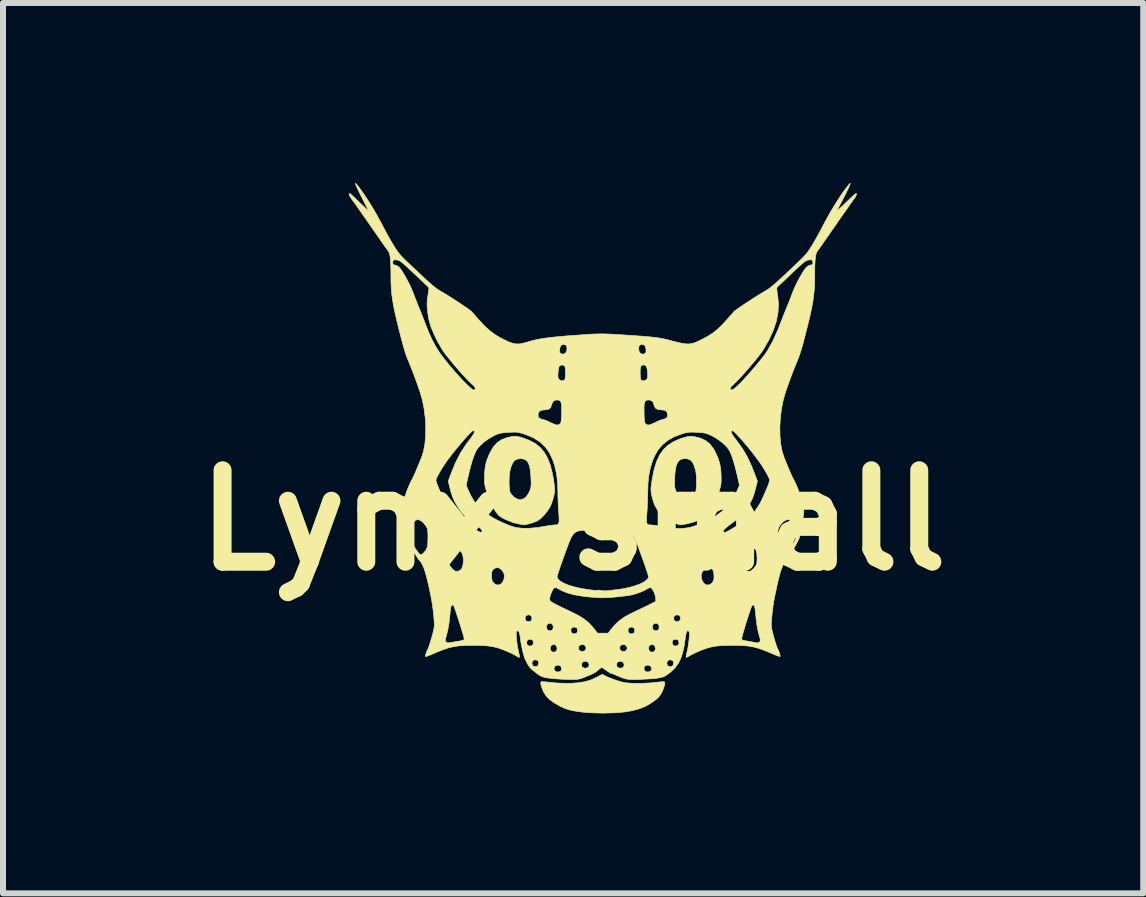
<source format=kicad_pcb>
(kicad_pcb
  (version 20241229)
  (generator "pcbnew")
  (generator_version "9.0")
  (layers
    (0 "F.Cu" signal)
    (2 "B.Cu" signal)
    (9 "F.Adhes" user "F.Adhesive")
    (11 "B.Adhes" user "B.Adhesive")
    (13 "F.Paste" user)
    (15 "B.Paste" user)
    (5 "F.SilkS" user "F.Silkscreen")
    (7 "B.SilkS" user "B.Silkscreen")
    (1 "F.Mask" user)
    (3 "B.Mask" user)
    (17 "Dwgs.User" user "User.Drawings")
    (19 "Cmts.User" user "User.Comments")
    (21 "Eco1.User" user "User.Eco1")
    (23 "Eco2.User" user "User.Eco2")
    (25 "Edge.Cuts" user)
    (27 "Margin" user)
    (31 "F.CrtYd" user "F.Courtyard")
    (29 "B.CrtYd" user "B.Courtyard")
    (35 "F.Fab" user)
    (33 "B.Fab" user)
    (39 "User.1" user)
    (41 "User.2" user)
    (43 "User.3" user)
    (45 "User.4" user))
  (footprint "Lynx small"
    (layer "F.Cu")
    (at 6.502 5.623)
    (property "Reference" "Lynx small" (at 0 0 0) (layer "F.SilkS") (effects (font (size 1.524 1.524) (thickness 0.3))))
    (attr through_hole)
    (fp_poly (pts (xy 0.532 2.591) (xy 0.588 2.617) (xy 0.66 2.645) (xy 0.737 2.672) (xy 0.809 2.693) (xy 0.856 2.704) (xy 0.917 2.711) (xy 0.996 2.716) (xy 1.086 2.717) (xy 1.182 2.715) (xy 1.275 2.71) (xy 1.346 2.704) (xy 1.418 2.696) (xy 1.468 2.691) (xy 1.501 2.689) (xy 1.519 2.691) (xy 1.527 2.697) (xy 1.529 2.708) (xy 1.528 2.724) (xy 1.528 2.724) (xy 1.522 2.755) (xy 1.508 2.799) (xy 1.488 2.847) (xy 1.488 2.847) (xy 1.459 2.903) (xy 1.425 2.947) (xy 1.378 2.989) (xy 1.376 2.991) (xy 1.288 3.053) (xy 1.195 3.104) (xy 1.092 3.144) (xy 0.977 3.174) (xy 0.848 3.195) (xy 0.7 3.207) (xy 0.532 3.212) (xy 0.474 3.212) (xy 0.391 3.21) (xy 0.304 3.207) (xy 0.222 3.202) (xy 0.154 3.196) (xy 0.14 3.194) (xy 0.048 3.181) (xy -0.025 3.168) (xy -0.086 3.152) (xy -0.143 3.132) (xy -0.202 3.104) (xy -0.216 3.098) (xy -0.316 3.041) (xy -0.394 2.984) (xy -0.452 2.923) (xy -0.494 2.856) (xy -0.498 2.847) (xy -0.517 2.799) (xy -0.532 2.755) (xy -0.538 2.724) (xy -0.538 2.724) (xy -0.539 2.709) (xy -0.538 2.698) (xy -0.531 2.692) (xy -0.514 2.689) (xy -0.485 2.69) (xy -0.439 2.694) (xy -0.373 2.701) (xy -0.337 2.705) (xy -0.266 2.711) (xy -0.182 2.714) (xy -0.095 2.716) (xy -0.025 2.715) (xy 0.096 2.706) (xy 0.201 2.688) (xy 0.298 2.659) (xy 0.394 2.615) (xy 0.417 2.603) (xy 0.485 2.566) (xy 0.532 2.591)) (stroke (width 0.01) (type solid)) (fill yes) (layer "F.SilkS"))
    (fp_poly (pts (xy 2.009 -1.397) (xy 2.022 -1.395) (xy 2.125 -1.369) (xy 2.209 -1.329) (xy 2.279 -1.273) (xy 2.338 -1.197) (xy 2.373 -1.133) (xy 2.415 -1.04) (xy 2.443 -0.953) (xy 2.459 -0.864) (xy 2.467 -0.761) (xy 2.467 -0.733) (xy 2.468 -0.675) (xy 2.467 -0.63) (xy 2.462 -0.591) (xy 2.453 -0.55) (xy 2.439 -0.502) (xy 2.417 -0.438) (xy 2.413 -0.425) (xy 2.373 -0.319) (xy 2.332 -0.232) (xy 2.292 -0.165) (xy 2.261 -0.119) (xy 2.234 -0.087) (xy 2.206 -0.063) (xy 2.168 -0.04) (xy 2.121 -0.017) (xy 2.002 0.031) (xy 1.905 0.056) (xy 1.856 0.065) (xy 1.817 0.072) (xy 1.794 0.075) (xy 1.791 0.075) (xy 1.776 0.071) (xy 1.744 0.063) (xy 1.7 0.051) (xy 1.69 0.049) (xy 1.62 0.025) (xy 1.559 -0.009) (xy 1.503 -0.056) (xy 1.445 -0.122) (xy 1.422 -0.153) (xy 1.383 -0.211) (xy 1.355 -0.267) (xy 1.332 -0.334) (xy 1.327 -0.352) (xy 1.312 -0.407) (xy 1.303 -0.452) (xy 1.298 -0.493) (xy 1.298 -0.538) (xy 1.304 -0.59) (xy 1.305 -0.601) (xy 1.69 -0.601) (xy 1.692 -0.565) (xy 1.698 -0.535) (xy 1.708 -0.505) (xy 1.714 -0.49) (xy 1.739 -0.442) (xy 1.769 -0.399) (xy 1.786 -0.381) (xy 1.834 -0.35) (xy 1.883 -0.344) (xy 1.935 -0.361) (xy 1.968 -0.382) (xy 2.003 -0.413) (xy 2.031 -0.449) (xy 2.039 -0.464) (xy 2.049 -0.502) (xy 2.055 -0.558) (xy 2.057 -0.625) (xy 2.056 -0.697) (xy 2.052 -0.765) (xy 2.044 -0.823) (xy 2.039 -0.842) (xy 2.015 -0.919) (xy 1.987 -0.973) (xy 1.953 -1.007) (xy 1.909 -1.025) (xy 1.866 -1.029) (xy 1.814 -1.023) (xy 1.774 -1.004) (xy 1.743 -0.969) (xy 1.72 -0.916) (xy 1.705 -0.844) (xy 1.695 -0.749) (xy 1.693 -0.718) (xy 1.69 -0.65) (xy 1.69 -0.601) (xy 1.305 -0.601) (xy 1.314 -0.658) (xy 1.322 -0.709) (xy 1.353 -0.858) (xy 1.393 -0.984) (xy 1.443 -1.091) (xy 1.505 -1.179) (xy 1.58 -1.251) (xy 1.671 -1.31) (xy 1.779 -1.358) (xy 1.841 -1.378) (xy 1.895 -1.393) (xy 1.934 -1.401) (xy 1.969 -1.402) (xy 2.009 -1.397)) (stroke (width 0.01) (type solid)) (fill yes) (layer "F.SilkS"))
    (fp_poly (pts (xy -0.916 -1.396) (xy -0.867 -1.383) (xy -0.85 -1.378) (xy -0.733 -1.335) (xy -0.633 -1.282) (xy -0.55 -1.217) (xy -0.482 -1.137) (xy -0.426 -1.04) (xy -0.381 -0.924) (xy -0.346 -0.787) (xy -0.332 -0.709) (xy -0.319 -0.629) (xy -0.311 -0.568) (xy -0.307 -0.52) (xy -0.309 -0.477) (xy -0.315 -0.435) (xy -0.327 -0.387) (xy -0.336 -0.352) (xy -0.359 -0.281) (xy -0.385 -0.224) (xy -0.421 -0.167) (xy -0.431 -0.153) (xy -0.489 -0.081) (xy -0.542 -0.029) (xy -0.598 0.009) (xy -0.661 0.036) (xy -0.708 0.05) (xy -0.757 0.062) (xy -0.795 0.071) (xy -0.818 0.075) (xy -0.821 0.075) (xy -0.838 0.072) (xy -0.873 0.066) (xy -0.919 0.057) (xy -0.927 0.055) (xy -0.99 0.039) (xy -1.062 0.013) (xy -1.13 -0.016) (xy -1.13 -0.017) (xy -1.183 -0.043) (xy -1.219 -0.066) (xy -1.247 -0.091) (xy -1.274 -0.124) (xy -1.302 -0.165) (xy -1.345 -0.239) (xy -1.385 -0.327) (xy -1.422 -0.425) (xy -1.445 -0.493) (xy -1.461 -0.543) (xy -1.47 -0.584) (xy -1.476 -0.623) (xy -1.477 -0.655) (xy -1.067 -0.655) (xy -1.066 -0.586) (xy -1.061 -0.524) (xy -1.053 -0.477) (xy -1.049 -0.464) (xy -1.027 -0.431) (xy -0.994 -0.396) (xy -0.977 -0.382) (xy -0.921 -0.351) (xy -0.871 -0.344) (xy -0.823 -0.361) (xy -0.796 -0.381) (xy -0.765 -0.416) (xy -0.736 -0.463) (xy -0.723 -0.49) (xy -0.711 -0.522) (xy -0.704 -0.551) (xy -0.7 -0.584) (xy -0.699 -0.626) (xy -0.701 -0.685) (xy -0.703 -0.718) (xy -0.711 -0.819) (xy -0.724 -0.898) (xy -0.745 -0.956) (xy -0.773 -0.995) (xy -0.811 -1.019) (xy -0.859 -1.028) (xy -0.875 -1.029) (xy -0.928 -1.022) (xy -0.97 -1.002) (xy -1.003 -0.964) (xy -1.03 -0.906) (xy -1.049 -0.842) (xy -1.058 -0.791) (xy -1.064 -0.726) (xy -1.067 -0.655) (xy -1.477 -0.655) (xy -1.477 -0.667) (xy -1.477 -0.722) (xy -1.477 -0.733) (xy -1.471 -0.84) (xy -1.457 -0.932) (xy -1.432 -1.018) (xy -1.394 -1.109) (xy -1.382 -1.133) (xy -1.329 -1.224) (xy -1.267 -1.293) (xy -1.193 -1.344) (xy -1.103 -1.379) (xy -1.031 -1.395) (xy -0.989 -1.401) (xy -0.954 -1.401) (xy -0.916 -1.396)) (stroke (width 0.01) (type solid)) (fill yes) (layer "F.SilkS"))
    (fp_poly (pts (xy 4.616 -5.602) (xy 4.602 -5.567) (xy 4.579 -5.517) (xy 4.549 -5.455) (xy 4.514 -5.386) (xy 4.508 -5.375) (xy 4.392 -5.15) (xy 4.454 -5.207) (xy 4.489 -5.24) (xy 4.536 -5.285) (xy 4.586 -5.333) (xy 4.62 -5.365) (xy 4.665 -5.409) (xy 4.696 -5.436) (xy 4.715 -5.448) (xy 4.723 -5.447) (xy 4.724 -5.439) (xy 4.717 -5.415) (xy 4.698 -5.38) (xy 4.68 -5.355) (xy 4.648 -5.312) (xy 4.617 -5.267) (xy 4.604 -5.249) (xy 4.581 -5.215) (xy 4.549 -5.17) (xy 4.514 -5.121) (xy 4.508 -5.112) (xy 4.468 -5.055) (xy 4.424 -4.992) (xy 4.385 -4.936) (xy 4.385 -4.935) (xy 4.348 -4.882) (xy 4.308 -4.825) (xy 4.274 -4.777) (xy 4.274 -4.775) (xy 4.24 -4.727) (xy 4.201 -4.671) (xy 4.164 -4.617) (xy 4.162 -4.615) (xy 4.13 -4.569) (xy 4.1 -4.527) (xy 4.077 -4.497) (xy 4.074 -4.493) (xy 4.06 -4.468) (xy 4.048 -4.434) (xy 4.04 -4.388) (xy 4.033 -4.326) (xy 4.029 -4.247) (xy 4.027 -4.146) (xy 4.027 -4.064) (xy 4.025 -3.96) (xy 4.021 -3.864) (xy 4.012 -3.769) (xy 4 -3.673) (xy 3.982 -3.57) (xy 3.959 -3.457) (xy 3.929 -3.328) (xy 3.892 -3.181) (xy 3.862 -3.062) (xy 3.836 -2.964) (xy 3.814 -2.884) (xy 3.794 -2.818) (xy 3.776 -2.762) (xy 3.759 -2.715) (xy 3.741 -2.671) (xy 3.74 -2.667) (xy 3.696 -2.56) (xy 3.648 -2.437) (xy 3.599 -2.306) (xy 3.553 -2.174) (xy 3.542 -2.143) (xy 3.503 -2.007) (xy 3.474 -1.861) (xy 3.455 -1.711) (xy 3.446 -1.56) (xy 3.448 -1.414) (xy 3.46 -1.277) (xy 3.483 -1.154) (xy 3.516 -1.049) (xy 3.517 -1.048) (xy 3.539 -0.993) (xy 3.566 -0.928) (xy 3.593 -0.862) (xy 3.6 -0.845) (xy 3.625 -0.788) (xy 3.649 -0.734) (xy 3.67 -0.692) (xy 3.677 -0.679) (xy 3.71 -0.613) (xy 3.743 -0.536) (xy 3.774 -0.452) (xy 3.802 -0.367) (xy 3.824 -0.285) (xy 3.839 -0.213) (xy 3.846 -0.154) (xy 3.845 -0.124) (xy 3.827 -0.008) (xy 3.813 0.086) (xy 3.8 0.161) (xy 3.788 0.219) (xy 3.778 0.264) (xy 3.768 0.298) (xy 3.757 0.324) (xy 3.754 0.331) (xy 3.727 0.381) (xy 3.695 0.439) (xy 3.661 0.499) (xy 3.627 0.556) (xy 3.597 0.605) (xy 3.573 0.641) (xy 3.557 0.66) (xy 3.557 0.66) (xy 3.533 0.687) (xy 3.509 0.724) (xy 3.487 0.772) (xy 3.464 0.833) (xy 3.441 0.911) (xy 3.417 1.006) (xy 3.391 1.122) (xy 3.362 1.26) (xy 3.353 1.302) (xy 3.343 1.361) (xy 3.332 1.435) (xy 3.322 1.515) (xy 3.314 1.588) (xy 3.308 1.66) (xy 3.304 1.713) (xy 3.304 1.755) (xy 3.308 1.79) (xy 3.315 1.828) (xy 3.321 1.855) (xy 3.337 1.916) (xy 3.355 1.98) (xy 3.373 2.041) (xy 3.391 2.094) (xy 3.405 2.133) (xy 3.414 2.151) (xy 3.426 2.175) (xy 3.438 2.207) (xy 3.447 2.24) (xy 3.451 2.264) (xy 3.45 2.269) (xy 3.436 2.267) (xy 3.404 2.257) (xy 3.359 2.239) (xy 3.306 2.216) (xy 3.196 2.17) (xy 3.101 2.136) (xy 3.014 2.112) (xy 2.926 2.096) (xy 2.831 2.087) (xy 2.722 2.083) (xy 2.672 2.083) (xy 2.556 2.084) (xy 2.459 2.088) (xy 2.376 2.097) (xy 2.301 2.111) (xy 2.228 2.131) (xy 2.151 2.159) (xy 2.076 2.19) (xy 2.023 2.214) (xy 1.984 2.233) (xy 1.951 2.251) (xy 1.933 2.262) (xy 1.905 2.278) (xy 1.887 2.283) (xy 1.885 2.283) (xy 1.884 2.268) (xy 1.889 2.236) (xy 1.897 2.202) (xy 1.91 2.145) (xy 1.921 2.081) (xy 1.93 2.016) (xy 1.934 1.975) (xy 2.81 1.975) (xy 2.816 1.99) (xy 2.835 2) (xy 2.872 2.007) (xy 2.885 2.009) (xy 2.934 2.017) (xy 2.98 2.025) (xy 3 2.03) (xy 3.054 2.042) (xy 3.09 2.04) (xy 3.111 2.026) (xy 3.121 1.998) (xy 3.118 1.978) (xy 3.089 1.872) (xy 3.068 1.771) (xy 3.053 1.663) (xy 3.046 1.596) (xy 3.039 1.519) (xy 3.031 1.464) (xy 3.024 1.431) (xy 3.016 1.415) (xy 3.013 1.413) (xy 2.99 1.414) (xy 2.983 1.419) (xy 2.975 1.435) (xy 2.961 1.472) (xy 2.943 1.524) (xy 2.922 1.587) (xy 2.899 1.658) (xy 2.876 1.73) (xy 2.855 1.801) (xy 2.836 1.865) (xy 2.822 1.918) (xy 2.812 1.957) (xy 2.81 1.975) (xy 1.934 1.975) (xy 1.936 1.956) (xy 1.939 1.904) (xy 1.938 1.868) (xy 1.933 1.852) (xy 1.914 1.84) (xy 1.898 1.848) (xy 1.885 1.878) (xy 1.874 1.93) (xy 1.868 1.977) (xy 1.848 2.109) (xy 1.822 2.22) (xy 1.79 2.312) (xy 1.749 2.391) (xy 1.698 2.459) (xy 1.635 2.52) (xy 1.618 2.535) (xy 1.574 2.567) (xy 1.535 2.593) (xy 1.505 2.609) (xy 1.499 2.611) (xy 1.466 2.617) (xy 1.424 2.626) (xy 1.41 2.629) (xy 1.378 2.634) (xy 1.326 2.639) (xy 1.26 2.643) (xy 1.186 2.647) (xy 1.133 2.65) (xy 1.05 2.653) (xy 0.985 2.653) (xy 0.933 2.651) (xy 0.887 2.644) (xy 0.841 2.631) (xy 0.789 2.612) (xy 0.724 2.585) (xy 0.69 2.57) (xy 0.66 2.558) (xy 0.639 2.553) (xy 0.638 2.553) (xy 0.623 2.546) (xy 0.593 2.528) (xy 0.556 2.502) (xy 0.555 2.502) (xy 0.519 2.476) (xy 0.509 2.47) (xy 1.181 2.47) (xy 1.191 2.505) (xy 1.221 2.524) (xy 1.245 2.527) (xy 1.276 2.522) (xy 1.293 2.512) (xy 1.306 2.487) (xy 1.308 2.47) (xy 1.298 2.435) (xy 1.268 2.416) (xy 1.245 2.413) (xy 1.206 2.422) (xy 1.184 2.449) (xy 1.181 2.47) (xy 0.509 2.47) (xy 0.49 2.458) (xy 0.476 2.451) (xy 0.476 2.451) (xy 0.462 2.459) (xy 0.436 2.479) (xy 0.418 2.495) (xy 0.39 2.518) (xy 0.361 2.538) (xy 0.324 2.558) (xy 0.275 2.58) (xy 0.209 2.607) (xy 0.174 2.621) (xy 0.131 2.636) (xy 0.094 2.646) (xy 0.053 2.651) (xy 0.001 2.653) (xy -0.048 2.652) (xy -0.121 2.65) (xy -0.2 2.647) (xy -0.272 2.642) (xy -0.298 2.64) (xy -0.382 2.632) (xy -0.445 2.624) (xy -0.493 2.613) (xy -0.533 2.598) (xy -0.569 2.577) (xy -0.604 2.552) (xy -0.653 2.513) (xy -0.688 2.485) (xy -0.702 2.47) (xy -0.318 2.47) (xy -0.307 2.505) (xy -0.278 2.524) (xy -0.254 2.527) (xy -0.223 2.522) (xy -0.206 2.512) (xy -0.193 2.487) (xy -0.191 2.47) (xy -0.201 2.435) (xy -0.23 2.416) (xy -0.254 2.413) (xy -0.293 2.422) (xy -0.314 2.449) (xy -0.318 2.47) (xy -0.702 2.47) (xy -0.712 2.461) (xy -0.732 2.436) (xy -0.752 2.404) (xy -0.766 2.381) (xy -0.686 2.381) (xy -0.679 2.41) (xy -0.671 2.423) (xy -0.646 2.436) (xy -0.629 2.438) (xy -0.6 2.432) (xy -0.587 2.423) (xy -0.578 2.407) (xy 0.14 2.407) (xy 0.15 2.442) (xy 0.179 2.461) (xy 0.203 2.464) (xy 0.234 2.458) (xy 0.251 2.449) (xy 0.264 2.424) (xy 0.267 2.407) (xy 0.724 2.407) (xy 0.734 2.442) (xy 0.764 2.461) (xy 0.787 2.464) (xy 0.818 2.458) (xy 0.836 2.449) (xy 0.848 2.424) (xy 0.851 2.407) (xy 0.843 2.381) (xy 1.562 2.381) (xy 1.569 2.41) (xy 1.577 2.423) (xy 1.602 2.436) (xy 1.619 2.438) (xy 1.648 2.432) (xy 1.661 2.423) (xy 1.674 2.398) (xy 1.676 2.381) (xy 1.67 2.352) (xy 1.661 2.339) (xy 1.636 2.327) (xy 1.619 2.324) (xy 1.59 2.331) (xy 1.577 2.339) (xy 1.565 2.364) (xy 1.562 2.381) (xy 0.843 2.381) (xy 0.841 2.372) (xy 0.811 2.352) (xy 0.787 2.349) (xy 0.749 2.359) (xy 0.727 2.385) (xy 0.724 2.407) (xy 0.267 2.407) (xy 0.256 2.372) (xy 0.227 2.352) (xy 0.203 2.349) (xy 0.164 2.359) (xy 0.143 2.385) (xy 0.14 2.407) (xy -0.578 2.407) (xy -0.574 2.398) (xy -0.572 2.381) (xy -0.578 2.352) (xy -0.587 2.339) (xy -0.612 2.327) (xy -0.629 2.324) (xy -0.658 2.331) (xy -0.671 2.339) (xy -0.683 2.364) (xy -0.686 2.381) (xy -0.766 2.381) (xy -0.807 2.295) (xy -0.84 2.185) (xy -0.85 2.134) (xy -0.381 2.134) (xy -0.372 2.172) (xy -0.345 2.194) (xy -0.324 2.197) (xy -0.295 2.19) (xy -0.282 2.182) (xy -0.27 2.158) (xy -0.267 2.134) (xy -0.268 2.127) (xy 0.089 2.127) (xy 0.099 2.162) (xy 0.129 2.181) (xy 0.152 2.184) (xy 0.183 2.179) (xy 0.201 2.169) (xy 0.213 2.144) (xy 0.216 2.127) (xy 0.775 2.127) (xy 0.785 2.162) (xy 0.814 2.181) (xy 0.838 2.184) (xy 0.869 2.179) (xy 0.886 2.169) (xy 0.899 2.144) (xy 0.901 2.134) (xy 1.257 2.134) (xy 1.267 2.172) (xy 1.293 2.194) (xy 1.314 2.197) (xy 1.344 2.19) (xy 1.356 2.182) (xy 1.368 2.158) (xy 1.372 2.134) (xy 1.362 2.095) (xy 1.336 2.073) (xy 1.314 2.07) (xy 1.279 2.08) (xy 1.26 2.11) (xy 1.257 2.134) (xy 0.901 2.134) (xy 0.902 2.127) (xy 0.891 2.092) (xy 0.862 2.073) (xy 0.838 2.07) (xy 0.799 2.079) (xy 0.778 2.106) (xy 0.775 2.127) (xy 0.216 2.127) (xy 0.206 2.092) (xy 0.176 2.073) (xy 0.152 2.07) (xy 0.114 2.079) (xy 0.092 2.106) (xy 0.089 2.127) (xy -0.268 2.127) (xy -0.276 2.095) (xy -0.302 2.073) (xy -0.324 2.07) (xy -0.359 2.08) (xy -0.378 2.11) (xy -0.381 2.134) (xy -0.85 2.134) (xy -0.867 2.05) (xy -0.869 2.038) (xy -0.775 2.038) (xy -0.768 2.067) (xy -0.759 2.08) (xy -0.735 2.093) (xy -0.718 2.095) (xy -0.688 2.089) (xy -0.676 2.08) (xy -0.663 2.055) (xy -0.66 2.038) (xy 1.651 2.038) (xy 1.658 2.067) (xy 1.666 2.08) (xy 1.691 2.093) (xy 1.708 2.095) (xy 1.737 2.089) (xy 1.75 2.08) (xy 1.763 2.055) (xy 1.765 2.038) (xy 1.758 2.009) (xy 1.75 1.996) (xy 1.725 1.984) (xy 1.708 1.981) (xy 1.679 1.988) (xy 1.666 1.996) (xy 1.654 2.021) (xy 1.651 2.038) (xy -0.66 2.038) (xy -0.667 2.009) (xy -0.676 1.996) (xy -0.7 1.984) (xy -0.718 1.981) (xy -0.747 1.988) (xy -0.759 1.996) (xy -0.772 2.021) (xy -0.775 2.038) (xy -0.869 2.038) (xy -0.877 1.977) (xy -0.887 1.909) (xy -0.899 1.865) (xy -0.913 1.843) (xy -0.93 1.842) (xy -0.943 1.852) (xy -0.947 1.871) (xy -0.948 1.909) (xy -0.945 1.961) (xy -0.938 2.023) (xy -0.929 2.088) (xy -0.918 2.151) (xy -0.907 2.202) (xy -0.897 2.242) (xy -0.893 2.272) (xy -0.894 2.283) (xy -0.908 2.281) (xy -0.934 2.268) (xy -0.942 2.262) (xy -0.975 2.243) (xy -1.01 2.224) (xy -1.054 2.204) (xy -1.086 2.19) (xy -1.171 2.155) (xy -1.246 2.128) (xy -1.319 2.109) (xy -1.395 2.096) (xy -1.48 2.088) (xy -1.579 2.084) (xy -1.681 2.083) (xy -1.799 2.085) (xy -1.899 2.091) (xy -1.988 2.104) (xy -2.075 2.125) (xy -2.166 2.155) (xy -2.269 2.196) (xy -2.315 2.216) (xy -2.369 2.239) (xy -2.414 2.257) (xy -2.446 2.268) (xy -2.459 2.269) (xy -2.46 2.254) (xy -2.453 2.225) (xy -2.442 2.191) (xy -2.429 2.162) (xy -2.423 2.151) (xy -2.413 2.13) (xy -2.399 2.09) (xy -2.381 2.037) (xy -2.374 2.013) (xy -2.128 2.013) (xy -2.109 2.036) (xy -2.075 2.042) (xy -2.071 2.041) (xy -2.042 2.036) (xy -1.998 2.029) (xy -1.947 2.02) (xy -1.943 2.019) (xy -1.886 2.01) (xy -1.849 2.002) (xy -1.828 1.996) (xy -1.819 1.989) (xy -1.816 1.979) (xy -1.816 1.972) (xy -1.82 1.952) (xy -1.83 1.914) (xy -1.846 1.86) (xy -1.865 1.796) (xy -1.871 1.778) (xy -0.445 1.778) (xy -0.435 1.817) (xy -0.409 1.838) (xy -0.387 1.841) (xy -0.36 1.835) (xy -0.038 1.835) (xy -0.031 1.864) (xy -0.023 1.877) (xy 0.002 1.89) (xy 0.019 1.892) (xy 0.048 1.885) (xy 0.061 1.877) (xy 0.074 1.852) (xy 0.076 1.835) (xy 0.069 1.806) (xy 0.061 1.793) (xy 0.036 1.781) (xy 0.019 1.778) (xy -0.01 1.785) (xy -0.023 1.793) (xy -0.036 1.818) (xy -0.038 1.835) (xy -0.36 1.835) (xy -0.358 1.835) (xy -0.345 1.826) (xy -0.334 1.803) (xy -0.33 1.778) (xy -0.34 1.739) (xy -0.366 1.718) (xy -0.387 1.714) (xy -0.422 1.725) (xy -0.442 1.754) (xy -0.445 1.778) (xy -1.871 1.778) (xy -1.887 1.726) (xy -1.91 1.653) (xy -1.917 1.632) (xy -0.8 1.632) (xy -0.793 1.661) (xy -0.785 1.674) (xy -0.76 1.687) (xy -0.743 1.689) (xy -0.714 1.682) (xy -0.701 1.674) (xy -0.688 1.649) (xy -0.686 1.632) (xy -0.693 1.603) (xy -0.701 1.59) (xy -0.726 1.577) (xy -0.743 1.575) (xy -0.772 1.582) (xy -0.785 1.59) (xy -0.798 1.615) (xy -0.8 1.632) (xy -1.917 1.632) (xy -1.933 1.584) (xy -1.954 1.521) (xy -1.972 1.47) (xy -1.985 1.434) (xy -1.993 1.419) (xy -1.993 1.419) (xy -2.014 1.411) (xy -2.023 1.413) (xy -2.031 1.424) (xy -2.039 1.453) (xy -2.046 1.501) (xy -2.053 1.572) (xy -2.056 1.596) (xy -2.068 1.713) (xy -2.086 1.816) (xy -2.111 1.918) (xy -2.128 1.978) (xy -2.128 2.013) (xy -2.374 2.013) (xy -2.363 1.975) (xy -2.345 1.911) (xy -2.33 1.855) (xy -2.321 1.813) (xy -2.315 1.777) (xy -2.313 1.74) (xy -2.315 1.695) (xy -2.319 1.636) (xy -2.323 1.588) (xy -2.331 1.511) (xy -2.342 1.431) (xy -2.353 1.357) (xy -2.361 1.311) (xy -0.392 1.311) (xy -0.391 1.319) (xy -0.388 1.33) (xy -0.381 1.342) (xy -0.366 1.355) (xy -0.343 1.371) (xy -0.308 1.391) (xy -0.258 1.416) (xy -0.193 1.448) (xy -0.109 1.488) (xy -0.009 1.536) (xy 0.097 1.59) (xy 0.184 1.645) (xy 0.258 1.705) (xy 0.325 1.776) (xy 0.355 1.813) (xy 0.407 1.88) (xy 0.584 1.88) (xy 0.618 1.835) (xy 0.914 1.835) (xy 0.921 1.864) (xy 0.93 1.877) (xy 0.954 1.89) (xy 0.972 1.892) (xy 1.001 1.885) (xy 1.013 1.877) (xy 1.026 1.852) (xy 1.029 1.835) (xy 1.022 1.806) (xy 1.013 1.793) (xy 0.989 1.781) (xy 0.972 1.778) (xy 1.321 1.778) (xy 1.33 1.817) (xy 1.356 1.838) (xy 1.378 1.841) (xy 1.407 1.835) (xy 1.42 1.826) (xy 1.432 1.803) (xy 1.435 1.778) (xy 1.426 1.739) (xy 1.399 1.718) (xy 1.378 1.714) (xy 1.343 1.725) (xy 1.324 1.754) (xy 1.321 1.778) (xy 0.972 1.778) (xy 0.942 1.785) (xy 0.93 1.793) (xy 0.917 1.818) (xy 0.914 1.835) (xy 0.618 1.835) (xy 0.636 1.813) (xy 0.702 1.736) (xy 0.772 1.671) (xy 0.827 1.632) (xy 1.676 1.632) (xy 1.683 1.661) (xy 1.692 1.674) (xy 1.716 1.687) (xy 1.734 1.689) (xy 1.763 1.682) (xy 1.775 1.674) (xy 1.788 1.649) (xy 1.791 1.632) (xy 1.784 1.603) (xy 1.775 1.59) (xy 1.751 1.577) (xy 1.734 1.575) (xy 1.704 1.582) (xy 1.692 1.59) (xy 1.679 1.615) (xy 1.676 1.632) (xy 0.827 1.632) (xy 0.852 1.614) (xy 0.948 1.561) (xy 0.999 1.536) (xy 1.07 1.502) (xy 1.145 1.466) (xy 1.214 1.433) (xy 1.269 1.406) (xy 1.27 1.405) (xy 1.378 1.351) (xy 1.377 1.301) (xy 1.371 1.26) (xy 1.356 1.214) (xy 1.336 1.171) (xy 1.314 1.137) (xy 1.294 1.12) (xy 1.292 1.12) (xy 1.268 1.124) (xy 1.236 1.14) (xy 1.231 1.143) (xy 1.189 1.168) (xy 1.13 1.194) (xy 1.064 1.218) (xy 1 1.237) (xy 0.961 1.246) (xy 0.866 1.26) (xy 0.763 1.272) (xy 0.661 1.282) (xy 0.565 1.288) (xy 0.482 1.291) (xy 0.43 1.289) (xy 0.267 1.277) (xy 0.127 1.26) (xy 0.007 1.238) (xy -0.095 1.21) (xy -0.182 1.175) (xy -0.257 1.134) (xy -0.257 1.134) (xy -0.287 1.12) (xy -0.31 1.123) (xy -0.314 1.125) (xy -0.333 1.147) (xy -0.353 1.184) (xy -0.372 1.23) (xy -0.386 1.275) (xy -0.392 1.311) (xy -2.361 1.311) (xy -2.362 1.302) (xy -2.392 1.157) (xy -2.419 1.036) (xy -2.444 0.935) (xy -2.448 0.922) (xy -1.359 0.922) (xy -1.357 0.97) (xy -1.35 1.003) (xy -1.335 1.03) (xy -1.326 1.04) (xy -1.29 1.071) (xy -1.25 1.078) (xy -1.206 1.063) (xy -1.178 1.036) (xy -1.156 0.992) (xy -1.145 0.941) (xy -0.267 0.941) (xy -0.254 0.975) (xy -0.219 1.009) (xy -0.163 1.043) (xy -0.089 1.075) (xy 0.002 1.104) (xy 0.005 1.104) (xy 0.068 1.12) (xy 0.138 1.135) (xy 0.208 1.147) (xy 0.275 1.157) (xy 0.333 1.164) (xy 0.376 1.167) (xy 0.398 1.165) (xy 0.419 1.163) (xy 0.454 1.167) (xy 0.464 1.169) (xy 0.51 1.174) (xy 0.555 1.174) (xy 0.559 1.174) (xy 0.591 1.17) (xy 0.64 1.165) (xy 0.698 1.158) (xy 0.726 1.155) (xy 0.833 1.14) (xy 0.935 1.118) (xy 1.027 1.092) (xy 1.108 1.063) (xy 1.174 1.031) (xy 1.223 0.997) (xy 1.251 0.964) (xy 1.257 0.941) (xy 1.253 0.921) (xy 1.253 0.92) (xy 2.134 0.92) (xy 2.143 0.981) (xy 2.165 1.03) (xy 2.196 1.063) (xy 2.233 1.078) (xy 2.273 1.073) (xy 2.311 1.047) (xy 2.317 1.04) (xy 2.336 1.013) (xy 2.346 0.983) (xy 2.349 0.941) (xy 2.349 0.924) (xy 2.343 0.859) (xy 2.323 0.816) (xy 2.288 0.793) (xy 2.253 0.787) (xy 2.214 0.799) (xy 2.177 0.828) (xy 2.149 0.867) (xy 2.135 0.911) (xy 2.134 0.92) (xy 1.253 0.92) (xy 1.241 0.88) (xy 1.222 0.823) (xy 1.198 0.751) (xy 1.169 0.67) (xy 1.164 0.656) (xy 2.819 0.656) (xy 2.822 0.715) (xy 2.832 0.769) (xy 2.85 0.811) (xy 2.873 0.835) (xy 2.919 0.85) (xy 2.958 0.845) (xy 2.995 0.818) (xy 3.018 0.793) (xy 3.041 0.763) (xy 3.055 0.738) (xy 3.063 0.711) (xy 3.065 0.673) (xy 3.066 0.63) (xy 3.063 0.558) (xy 3.052 0.506) (xy 3.03 0.473) (xy 2.998 0.454) (xy 2.99 0.452) (xy 2.952 0.454) (xy 2.909 0.474) (xy 2.87 0.507) (xy 2.841 0.549) (xy 2.84 0.55) (xy 2.825 0.599) (xy 2.819 0.656) (xy 1.164 0.656) (xy 1.137 0.582) (xy 1.134 0.573) (xy 1.095 0.466) (xy 1.063 0.38) (xy 1.035 0.313) (xy 1.018 0.279) (xy 3.41 0.279) (xy 3.411 0.354) (xy 3.415 0.409) (xy 3.422 0.449) (xy 3.435 0.482) (xy 3.455 0.511) (xy 3.469 0.527) (xy 3.496 0.555) (xy 3.519 0.567) (xy 3.542 0.564) (xy 3.567 0.544) (xy 3.597 0.504) (xy 3.635 0.444) (xy 3.641 0.433) (xy 3.676 0.376) (xy 3.698 0.334) (xy 3.712 0.302) (xy 3.719 0.274) (xy 3.721 0.244) (xy 3.721 0.23) (xy 3.714 0.163) (xy 3.695 0.101) (xy 3.667 0.048) (xy 3.632 0.009) (xy 3.595 -0.011) (xy 3.58 -0.013) (xy 3.54 -0.001) (xy 3.497 0.029) (xy 3.455 0.075) (xy 3.439 0.099) (xy 3.426 0.124) (xy 3.417 0.149) (xy 3.412 0.183) (xy 3.41 0.231) (xy 3.41 0.279) (xy 1.018 0.279) (xy 1.009 0.262) (xy 0.983 0.225) (xy 0.954 0.199) (xy 0.919 0.183) (xy 0.889 0.176) (xy 2.503 0.176) (xy 2.506 0.19) (xy 2.51 0.195) (xy 2.519 0.2) (xy 2.531 0.201) (xy 2.551 0.194) (xy 2.58 0.18) (xy 2.623 0.156) (xy 2.683 0.12) (xy 2.728 0.093) (xy 2.827 0.03) (xy 2.908 -0.03) (xy 2.975 -0.091) (xy 3.032 -0.157) (xy 3.085 -0.234) (xy 3.109 -0.273) (xy 3.13 -0.311) (xy 3.155 -0.363) (xy 3.182 -0.423) (xy 3.209 -0.486) (xy 3.235 -0.546) (xy 3.256 -0.6) (xy 3.27 -0.642) (xy 3.277 -0.666) (xy 3.277 -0.667) (xy 3.27 -0.694) (xy 3.25 -0.737) (xy 3.22 -0.793) (xy 3.183 -0.855) (xy 3.141 -0.922) (xy 3.096 -0.987) (xy 3.084 -1.003) (xy 3.032 -1.073) (xy 2.976 -1.145) (xy 2.917 -1.217) (xy 2.859 -1.286) (xy 2.804 -1.35) (xy 2.754 -1.405) (xy 2.712 -1.45) (xy 2.679 -1.481) (xy 2.659 -1.495) (xy 2.656 -1.496) (xy 2.639 -1.488) (xy 2.635 -1.472) (xy 2.645 -1.445) (xy 2.67 -1.405) (xy 2.711 -1.35) (xy 2.729 -1.326) (xy 2.823 -1.196) (xy 2.905 -1.055) (xy 2.978 -0.898) (xy 3.014 -0.806) (xy 3.072 -0.653) (xy 3.036 -0.512) (xy 3.013 -0.43) (xy 2.988 -0.363) (xy 2.956 -0.298) (xy 2.934 -0.259) (xy 2.894 -0.194) (xy 2.856 -0.141) (xy 2.816 -0.095) (xy 2.769 -0.05) (xy 2.711 -0.002) (xy 2.638 0.053) (xy 2.578 0.099) (xy 2.537 0.133) (xy 2.513 0.157) (xy 2.503 0.176) (xy 0.889 0.176) (xy 0.876 0.173) (xy 0.823 0.167) (xy 0.756 0.163) (xy 0.703 0.16) (xy 0.567 0.155) (xy 0.423 0.155) (xy 0.288 0.16) (xy 0.211 0.164) (xy 0.149 0.168) (xy 0.099 0.175) (xy 0.059 0.187) (xy 0.027 0.206) (xy -0.001 0.235) (xy -0.027 0.277) (xy -0.053 0.333) (xy -0.082 0.406) (xy -0.116 0.498) (xy -0.143 0.573) (xy -0.176 0.662) (xy -0.205 0.744) (xy -0.229 0.816) (xy -0.249 0.875) (xy -0.262 0.918) (xy -0.267 0.94) (xy -0.267 0.941) (xy -1.145 0.941) (xy -1.145 0.938) (xy -1.144 0.92) (xy -1.155 0.877) (xy -1.182 0.835) (xy -1.223 0.798) (xy -1.267 0.787) (xy -1.309 0.799) (xy -1.33 0.815) (xy -1.346 0.835) (xy -1.355 0.861) (xy -1.359 0.9) (xy -1.359 0.922) (xy -2.448 0.922) (xy -2.468 0.853) (xy -2.49 0.787) (xy -2.513 0.736) (xy -2.536 0.696) (xy -2.56 0.667) (xy -2.567 0.66) (xy -2.582 0.642) (xy -2.6 0.614) (xy -2.076 0.614) (xy -2.076 0.63) (xy -2.074 0.683) (xy -2.071 0.718) (xy -2.062 0.744) (xy -2.046 0.769) (xy -2.027 0.793) (xy -1.989 0.832) (xy -1.954 0.849) (xy -1.916 0.847) (xy -1.887 0.836) (xy -1.861 0.812) (xy -1.842 0.769) (xy -1.831 0.715) (xy -1.828 0.656) (xy -1.835 0.597) (xy -1.85 0.55) (xy -1.879 0.508) (xy -1.918 0.475) (xy -1.96 0.454) (xy -1.999 0.452) (xy -1.999 0.452) (xy -2.034 0.468) (xy -2.058 0.498) (xy -2.071 0.546) (xy -2.076 0.614) (xy -2.6 0.614) (xy -2.606 0.605) (xy -2.636 0.556) (xy -2.67 0.5) (xy -2.704 0.44) (xy -2.736 0.382) (xy -2.763 0.331) (xy -2.763 0.331) (xy -2.774 0.306) (xy -2.784 0.274) (xy -2.795 0.232) (xy -2.796 0.229) (xy -2.73 0.229) (xy -2.728 0.272) (xy -2.719 0.309) (xy -2.7 0.35) (xy -2.682 0.381) (xy -2.637 0.456) (xy -2.602 0.511) (xy -2.575 0.547) (xy -2.553 0.567) (xy -2.533 0.571) (xy -2.513 0.562) (xy -2.49 0.541) (xy -2.478 0.527) (xy -2.454 0.497) (xy -2.438 0.467) (xy -2.427 0.431) (xy -2.422 0.385) (xy -2.42 0.321) (xy -2.419 0.279) (xy -2.42 0.217) (xy -2.423 0.173) (xy -2.428 0.142) (xy -2.438 0.117) (xy -2.449 0.099) (xy -2.488 0.047) (xy -2.531 0.01) (xy -2.573 -0.011) (xy -2.59 -0.013) (xy -2.628 -0.001) (xy -2.664 0.032) (xy -2.694 0.08) (xy -2.717 0.139) (xy -2.729 0.204) (xy -2.73 0.229) (xy -2.796 0.229) (xy -2.806 0.178) (xy -2.818 0.109) (xy -2.832 0.02) (xy -2.849 -0.09) (xy -2.854 -0.124) (xy -2.854 -0.17) (xy -2.845 -0.233) (xy -2.827 -0.309) (xy -2.803 -0.392) (xy -2.775 -0.478) (xy -2.743 -0.56) (xy -2.71 -0.634) (xy -2.693 -0.667) (xy -2.286 -0.667) (xy -2.281 -0.645) (xy -2.267 -0.605) (xy -2.246 -0.552) (xy -2.221 -0.492) (xy -2.194 -0.429) (xy -2.167 -0.369) (xy -2.141 -0.316) (xy -2.12 -0.276) (xy -2.118 -0.273) (xy -2.066 -0.19) (xy -2.011 -0.12) (xy -1.949 -0.057) (xy -1.876 0.002) (xy -1.785 0.064) (xy -1.737 0.093) (xy -1.676 0.13) (xy -1.621 0.161) (xy -1.577 0.184) (xy -1.547 0.198) (xy -1.537 0.2) (xy -1.518 0.186) (xy -1.514 0.176) (xy -1.523 0.158) (xy -1.553 0.128) (xy -1.605 0.086) (xy -1.647 0.054) (xy -1.722 -0.003) (xy -1.78 -0.052) (xy -1.827 -0.096) (xy -1.867 -0.143) (xy -1.904 -0.196) (xy -1.943 -0.259) (xy -1.981 -0.327) (xy -2.009 -0.392) (xy -2.033 -0.464) (xy -2.046 -0.512) (xy -2.064 -0.584) (xy -1.782 -0.584) (xy -1.749 -0.507) (xy -1.698 -0.4) (xy -1.644 -0.311) (xy -1.581 -0.234) (xy -1.505 -0.162) (xy -1.411 -0.09) (xy -1.391 -0.077) (xy -1.332 -0.04) (xy -1.258 -0.001) (xy -1.177 0.037) (xy -1.096 0.072) (xy -1.021 0.1) (xy -0.959 0.118) (xy -0.952 0.119) (xy -0.851 0.132) (xy -0.733 0.132) (xy -0.6 0.12) (xy -0.48 0.101) (xy -0.42 0.09) (xy -0.364 0.082) (xy -0.32 0.077) (xy -0.303 0.076) (xy -0.274 0.075) (xy -0.254 0.068) (xy -0.241 0.052) (xy -0.234 0.024) (xy -0.233 -0.002) (xy 1.223 -0.002) (xy 1.226 0.036) (xy 1.235 0.059) (xy 1.25 0.071) (xy 1.274 0.076) (xy 1.294 0.076) (xy 1.326 0.079) (xy 1.375 0.085) (xy 1.433 0.094) (xy 1.473 0.101) (xy 1.579 0.119) (xy 1.666 0.131) (xy 1.74 0.137) (xy 1.807 0.136) (xy 1.874 0.129) (xy 1.932 0.12) (xy 2.002 0.102) (xy 2.085 0.072) (xy 2.173 0.035) (xy 2.261 -0.006) (xy 2.339 -0.049) (xy 2.382 -0.077) (xy 2.48 -0.149) (xy 2.559 -0.221) (xy 2.624 -0.296) (xy 2.679 -0.383) (xy 2.73 -0.486) (xy 2.739 -0.507) (xy 2.773 -0.584) (xy 2.738 -0.74) (xy 2.707 -0.868) (xy 2.675 -0.981) (xy 2.643 -1.077) (xy 2.612 -1.151) (xy 2.609 -1.157) (xy 2.572 -1.211) (xy 2.517 -1.269) (xy 2.448 -1.326) (xy 2.37 -1.378) (xy 2.318 -1.407) (xy 2.271 -1.429) (xy 2.234 -1.444) (xy 2.197 -1.454) (xy 2.154 -1.46) (xy 2.095 -1.465) (xy 2.07 -1.466) (xy 2.004 -1.47) (xy 1.955 -1.47) (xy 1.915 -1.467) (xy 1.875 -1.459) (xy 1.828 -1.446) (xy 1.818 -1.443) (xy 1.685 -1.393) (xy 1.573 -1.33) (xy 1.48 -1.252) (xy 1.405 -1.158) (xy 1.345 -1.047) (xy 1.328 -1.003) (xy 1.288 -0.878) (xy 1.262 -0.748) (xy 1.248 -0.608) (xy 1.245 -0.483) (xy 1.243 -0.399) (xy 1.24 -0.303) (xy 1.236 -0.207) (xy 1.231 -0.137) (xy 1.225 -0.059) (xy 1.223 -0.002) (xy -0.233 -0.002) (xy -0.233 -0.02) (xy -0.236 -0.083) (xy -0.24 -0.137) (xy -0.246 -0.222) (xy -0.25 -0.319) (xy -0.253 -0.414) (xy -0.254 -0.483) (xy -0.259 -0.637) (xy -0.276 -0.775) (xy -0.305 -0.903) (xy -0.337 -1.003) (xy -0.392 -1.121) (xy -0.461 -1.221) (xy -0.548 -1.304) (xy -0.653 -1.372) (xy -0.778 -1.426) (xy -0.828 -1.443) (xy -0.877 -1.457) (xy -0.917 -1.466) (xy -0.956 -1.47) (xy -1.003 -1.47) (xy -1.066 -1.467) (xy -1.079 -1.466) (xy -1.145 -1.462) (xy -1.193 -1.456) (xy -1.231 -1.448) (xy -1.267 -1.435) (xy -1.309 -1.416) (xy -1.327 -1.407) (xy -1.407 -1.361) (xy -1.482 -1.307) (xy -1.547 -1.249) (xy -1.597 -1.192) (xy -1.618 -1.157) (xy -1.649 -1.085) (xy -1.682 -0.991) (xy -1.714 -0.879) (xy -1.745 -0.753) (xy -1.748 -0.74) (xy -1.782 -0.584) (xy -2.064 -0.584) (xy -2.081 -0.653) (xy -2.024 -0.806) (xy -1.954 -0.973) (xy -1.877 -1.122) (xy -1.79 -1.257) (xy -1.739 -1.326) (xy -1.692 -1.388) (xy -1.662 -1.433) (xy -1.646 -1.464) (xy -1.646 -1.484) (xy -1.658 -1.494) (xy -1.665 -1.496) (xy -1.68 -1.488) (xy -1.709 -1.462) (xy -1.748 -1.422) (xy -1.796 -1.37) (xy -1.849 -1.309) (xy -1.906 -1.241) (xy -1.965 -1.17) (xy -2.022 -1.098) (xy -2.076 -1.027) (xy -2.094 -1.003) (xy -2.139 -0.939) (xy -2.182 -0.872) (xy -2.221 -0.808) (xy -2.253 -0.75) (xy -2.275 -0.704) (xy -2.286 -0.672) (xy -2.286 -0.667) (xy -2.693 -0.667) (xy -2.686 -0.679) (xy -2.668 -0.714) (xy -2.645 -0.764) (xy -2.62 -0.821) (xy -2.61 -0.845) (xy -2.584 -0.908) (xy -2.556 -0.975) (xy -2.532 -1.034) (xy -2.526 -1.048) (xy -2.493 -1.152) (xy -2.47 -1.276) (xy -2.458 -1.412) (xy -2.456 -1.558) (xy -2.464 -1.709) (xy -2.471 -1.759) (xy -0.584 -1.759) (xy -0.579 -1.723) (xy -0.56 -1.701) (xy -0.523 -1.686) (xy -0.508 -1.683) (xy -0.467 -1.671) (xy -0.432 -1.657) (xy -0.432 -1.657) (xy -0.379 -1.631) (xy -0.329 -1.609) (xy -0.289 -1.594) (xy -0.266 -1.588) (xy -0.24 -1.595) (xy -0.222 -1.606) (xy -0.211 -1.616) (xy -0.204 -1.631) (xy -0.199 -1.657) (xy -0.196 -1.697) (xy -0.193 -1.756) (xy -0.192 -1.79) (xy -0.191 -1.87) (xy -0.192 -1.883) (xy 1.182 -1.883) (xy 1.183 -1.808) (xy 1.183 -1.79) (xy 1.185 -1.721) (xy 1.188 -1.673) (xy 1.192 -1.641) (xy 1.198 -1.622) (xy 1.207 -1.61) (xy 1.212 -1.606) (xy 1.235 -1.592) (xy 1.258 -1.589) (xy 1.289 -1.597) (xy 1.33 -1.614) (xy 1.372 -1.633) (xy 1.41 -1.651) (xy 1.422 -1.657) (xy 1.458 -1.671) (xy 1.498 -1.683) (xy 1.499 -1.683) (xy 1.543 -1.696) (xy 1.566 -1.716) (xy 1.575 -1.747) (xy 1.575 -1.756) (xy 1.565 -1.801) (xy 1.537 -1.83) (xy 1.49 -1.841) (xy 1.478 -1.841) (xy 1.418 -1.847) (xy 1.379 -1.865) (xy 1.356 -1.897) (xy 1.351 -1.916) (xy 1.334 -1.968) (xy 1.305 -1.997) (xy 1.264 -2.007) (xy 1.232 -2.004) (xy 1.209 -1.994) (xy 1.194 -1.972) (xy 1.186 -1.937) (xy 1.182 -1.883) (xy -0.192 -1.883) (xy -0.194 -1.927) (xy -0.201 -1.966) (xy -0.215 -1.99) (xy -0.236 -2.003) (xy -0.266 -2.007) (xy -0.273 -2.007) (xy -0.315 -1.997) (xy -0.344 -1.966) (xy -0.361 -1.916) (xy -0.376 -1.877) (xy -0.408 -1.853) (xy -0.459 -1.842) (xy -0.485 -1.841) (xy -0.537 -1.833) (xy -0.57 -1.808) (xy -0.584 -1.768) (xy -0.584 -1.759) (xy -2.471 -1.759) (xy -2.483 -1.859) (xy -2.512 -2.005) (xy -2.551 -2.141) (xy -2.552 -2.143) (xy -2.597 -2.274) (xy -2.646 -2.406) (xy -2.694 -2.532) (xy -2.739 -2.643) (xy -2.749 -2.667) (xy -2.767 -2.711) (xy -2.784 -2.758) (xy -2.802 -2.812) (xy -2.821 -2.877) (xy -2.843 -2.956) (xy -2.869 -3.053) (xy -2.899 -3.17) (xy -2.902 -3.181) (xy -2.939 -3.33) (xy -2.968 -3.458) (xy -2.992 -3.572) (xy -3.009 -3.674) (xy -3.022 -3.771) (xy -3.03 -3.865) (xy -3.035 -3.962) (xy -3.036 -4.064) (xy -3.037 -4.18) (xy -3.04 -4.274) (xy -3.04 -4.278) (xy -3.007 -4.278) (xy -2.991 -4.259) (xy -2.966 -4.255) (xy -2.938 -4.246) (xy -2.906 -4.225) (xy -2.9 -4.22) (xy -2.873 -4.187) (xy -2.839 -4.137) (xy -2.801 -4.073) (xy -2.761 -4) (xy -2.723 -3.925) (xy -2.69 -3.852) (xy -2.663 -3.787) (xy -2.663 -3.784) (xy -2.637 -3.717) (xy -2.607 -3.639) (xy -2.577 -3.564) (xy -2.566 -3.537) (xy -2.538 -3.47) (xy -2.507 -3.391) (xy -2.476 -3.311) (xy -2.457 -3.261) (xy -2.405 -3.131) (xy -2.353 -3.015) (xy -2.297 -2.909) (xy -2.233 -2.807) (xy -2.158 -2.704) (xy -2.069 -2.593) (xy -2.01 -2.523) (xy -1.93 -2.432) (xy -1.857 -2.352) (xy -1.792 -2.285) (xy -1.737 -2.232) (xy -1.695 -2.194) (xy -1.665 -2.175) (xy -1.655 -2.172) (xy -1.636 -2.182) (xy -1.629 -2.193) (xy -1.63 -2.195) (xy 2.619 -2.195) (xy 2.62 -2.193) (xy 2.631 -2.176) (xy 2.649 -2.175) (xy 2.676 -2.189) (xy 2.716 -2.22) (xy 2.745 -2.246) (xy 2.79 -2.29) (xy 2.845 -2.348) (xy 2.907 -2.417) (xy 2.973 -2.492) (xy 3.039 -2.569) (xy 3.101 -2.644) (xy 3.156 -2.712) (xy 3.201 -2.771) (xy 3.231 -2.816) (xy 3.232 -2.816) (xy 3.329 -2.988) (xy 3.414 -3.177) (xy 3.447 -3.261) (xy 3.476 -3.335) (xy 3.507 -3.416) (xy 3.538 -3.493) (xy 3.556 -3.537) (xy 3.585 -3.607) (xy 3.616 -3.685) (xy 3.644 -3.759) (xy 3.653 -3.784) (xy 3.679 -3.85) (xy 3.713 -3.923) (xy 3.75 -3.998) (xy 3.79 -4.07) (xy 3.828 -4.134) (xy 3.862 -4.186) (xy 3.889 -4.219) (xy 3.89 -4.22) (xy 3.921 -4.242) (xy 3.952 -4.254) (xy 3.957 -4.255) (xy 3.987 -4.262) (xy 3.998 -4.285) (xy 3.995 -4.314) (xy 3.987 -4.334) (xy 3.974 -4.342) (xy 3.946 -4.342) (xy 3.93 -4.34) (xy 3.912 -4.337) (xy 3.893 -4.331) (xy 3.873 -4.32) (xy 3.847 -4.302) (xy 3.814 -4.274) (xy 3.77 -4.235) (xy 3.713 -4.182) (xy 3.648 -4.121) (xy 3.585 -4.061) (xy 3.527 -4.006) (xy 3.477 -3.959) (xy 3.438 -3.922) (xy 3.413 -3.899) (xy 3.405 -3.892) (xy 3.398 -3.881) (xy 3.395 -3.862) (xy 3.397 -3.831) (xy 3.404 -3.783) (xy 3.409 -3.751) (xy 3.423 -3.609) (xy 3.416 -3.465) (xy 3.387 -3.318) (xy 3.336 -3.165) (xy 3.262 -3.005) (xy 3.168 -2.841) (xy 3.137 -2.796) (xy 3.092 -2.737) (xy 3.037 -2.668) (xy 2.975 -2.594) (xy 2.91 -2.517) (xy 2.845 -2.444) (xy 2.784 -2.377) (xy 2.73 -2.321) (xy 2.688 -2.281) (xy 2.688 -2.28) (xy 2.646 -2.241) (xy 2.624 -2.213) (xy 2.619 -2.195) (xy -1.63 -2.195) (xy -1.632 -2.211) (xy -1.652 -2.237) (xy -1.691 -2.275) (xy -1.697 -2.28) (xy -1.739 -2.32) (xy -1.792 -2.376) (xy -1.826 -2.413) (xy -0.253 -2.413) (xy -0.251 -2.381) (xy -0.243 -2.36) (xy -0.235 -2.349) (xy -0.203 -2.328) (xy -0.168 -2.326) (xy -0.142 -2.339) (xy -0.134 -2.36) (xy -0.129 -2.398) (xy -0.127 -2.446) (xy -0.127 -2.457) (xy 1.118 -2.457) (xy 1.12 -2.4) (xy 1.125 -2.359) (xy 1.133 -2.339) (xy 1.163 -2.325) (xy 1.198 -2.33) (xy 1.225 -2.349) (xy 1.237 -2.368) (xy 1.243 -2.392) (xy 1.244 -2.431) (xy 1.242 -2.463) (xy 1.234 -2.525) (xy 1.222 -2.564) (xy 1.202 -2.585) (xy 1.176 -2.591) (xy 1.149 -2.587) (xy 1.132 -2.571) (xy 1.122 -2.54) (xy 1.118 -2.49) (xy 1.118 -2.457) (xy -0.127 -2.457) (xy -0.128 -2.496) (xy -0.132 -2.539) (xy -0.138 -2.569) (xy -0.142 -2.576) (xy -0.172 -2.589) (xy -0.206 -2.586) (xy -0.229 -2.572) (xy -0.238 -2.55) (xy -0.246 -2.511) (xy -0.251 -2.463) (xy -0.251 -2.463) (xy -0.253 -2.413) (xy -1.826 -2.413) (xy -1.853 -2.442) (xy -1.918 -2.516) (xy -1.983 -2.592) (xy -2.045 -2.667) (xy -2.101 -2.736) (xy -2.146 -2.795) (xy -2.177 -2.84) (xy -2.177 -2.841) (xy -2.18 -2.846) (xy -0.225 -2.846) (xy -0.224 -2.809) (xy -0.216 -2.788) (xy -0.187 -2.771) (xy -0.152 -2.773) (xy -0.125 -2.79) (xy -0.109 -2.818) (xy -0.102 -2.853) (xy 1.093 -2.853) (xy 1.101 -2.814) (xy 1.113 -2.792) (xy 1.144 -2.772) (xy 1.179 -2.771) (xy 1.207 -2.788) (xy 1.216 -2.814) (xy 1.215 -2.853) (xy 1.206 -2.891) (xy 1.193 -2.916) (xy 1.166 -2.931) (xy 1.132 -2.931) (xy 1.107 -2.918) (xy 1.095 -2.891) (xy 1.093 -2.853) (xy -0.102 -2.853) (xy -0.102 -2.856) (xy -0.105 -2.895) (xy -0.117 -2.918) (xy -0.146 -2.932) (xy -0.179 -2.93) (xy -0.202 -2.916) (xy -0.217 -2.885) (xy -0.225 -2.846) (xy -2.18 -2.846) (xy -2.257 -2.977) (xy -2.321 -3.109) (xy -2.371 -3.231) (xy -2.403 -3.342) (xy -2.411 -3.385) (xy -2.424 -3.473) (xy -2.431 -3.544) (xy -2.434 -3.604) (xy -2.431 -3.661) (xy -2.424 -3.721) (xy -2.419 -3.751) (xy -2.409 -3.81) (xy -2.405 -3.849) (xy -2.405 -3.873) (xy -2.41 -3.887) (xy -2.415 -3.892) (xy -2.429 -3.905) (xy -2.458 -3.932) (xy -2.5 -3.972) (xy -2.553 -4.022) (xy -2.613 -4.078) (xy -2.658 -4.121) (xy -2.729 -4.188) (xy -2.784 -4.239) (xy -2.827 -4.277) (xy -2.859 -4.304) (xy -2.884 -4.321) (xy -2.905 -4.332) (xy -2.923 -4.338) (xy -2.94 -4.34) (xy -2.975 -4.343) (xy -2.993 -4.338) (xy -3.002 -4.323) (xy -3.004 -4.314) (xy -3.007 -4.278) (xy -3.04 -4.278) (xy -3.044 -4.347) (xy -3.051 -4.404) (xy -3.061 -4.446) (xy -3.073 -4.477) (xy -3.083 -4.493) (xy -3.104 -4.52) (xy -3.133 -4.56) (xy -3.165 -4.606) (xy -3.172 -4.615) (xy -3.209 -4.669) (xy -3.248 -4.725) (xy -3.282 -4.774) (xy -3.283 -4.775) (xy -3.316 -4.823) (xy -3.356 -4.88) (xy -3.393 -4.934) (xy -3.394 -4.935) (xy -3.433 -4.991) (xy -3.477 -5.054) (xy -3.517 -5.111) (xy -3.517 -5.112) (xy -3.551 -5.16) (xy -3.584 -5.207) (xy -3.61 -5.244) (xy -3.613 -5.249) (xy -3.641 -5.288) (xy -3.674 -5.333) (xy -3.69 -5.355) (xy -3.714 -5.391) (xy -3.73 -5.424) (xy -3.734 -5.439) (xy -3.731 -5.448) (xy -3.719 -5.445) (xy -3.697 -5.429) (xy -3.662 -5.397) (xy -3.629 -5.365) (xy -3.579 -5.317) (xy -3.529 -5.269) (xy -3.485 -5.228) (xy -3.463 -5.207) (xy -3.402 -5.15) (xy -3.518 -5.375) (xy -3.553 -5.445) (xy -3.584 -5.508) (xy -3.608 -5.56) (xy -3.624 -5.598) (xy -3.63 -5.617) (xy -3.63 -5.618) (xy -3.622 -5.614) (xy -3.602 -5.592) (xy -3.572 -5.555) (xy -3.535 -5.505) (xy -3.494 -5.447) (xy -3.423 -5.341) (xy -3.352 -5.229) (xy -3.28 -5.105) (xy -3.203 -4.965) (xy -3.123 -4.813) (xy -3.096 -4.763) (xy -3.061 -4.701) (xy -3.022 -4.633) (xy -2.988 -4.577) (xy -2.96 -4.531) (xy -2.934 -4.493) (xy -2.907 -4.457) (xy -2.877 -4.421) (xy -2.84 -4.381) (xy -2.793 -4.334) (xy -2.732 -4.277) (xy -2.667 -4.215) (xy -2.575 -4.128) (xy -2.499 -4.057) (xy -2.436 -3.999) (xy -2.385 -3.953) (xy -2.343 -3.917) (xy -2.307 -3.887) (xy -2.276 -3.864) (xy -2.246 -3.843) (xy -2.216 -3.824) (xy -2.183 -3.805) (xy -2.17 -3.798) (xy -2.128 -3.773) (xy -2.075 -3.74) (xy -2.014 -3.701) (xy -1.949 -3.659) (xy -1.884 -3.616) (xy -1.823 -3.575) (xy -1.768 -3.538) (xy -1.726 -3.507) (xy -1.698 -3.486) (xy -1.689 -3.478) (xy -1.678 -3.465) (xy -1.654 -3.438) (xy -1.62 -3.398) (xy -1.578 -3.351) (xy -1.563 -3.334) (xy -1.476 -3.241) (xy -1.394 -3.166) (xy -1.311 -3.103) (xy -1.219 -3.047) (xy -1.149 -3.011) (xy -1.072 -2.975) (xy -1.009 -2.952) (xy -0.953 -2.941) (xy -0.897 -2.941) (xy -0.834 -2.952) (xy -0.757 -2.973) (xy -0.748 -2.976) (xy -0.689 -2.993) (xy -0.629 -3.008) (xy -0.564 -3.021) (xy -0.493 -3.033) (xy -0.412 -3.044) (xy -0.319 -3.055) (xy -0.212 -3.065) (xy -0.087 -3.076) (xy 0.057 -3.086) (xy 0.224 -3.098) (xy 0.254 -3.1) (xy 0.334 -3.105) (xy 0.407 -3.107) (xy 0.478 -3.108) (xy 0.553 -3.107) (xy 0.639 -3.103) (xy 0.741 -3.097) (xy 0.794 -3.094) (xy 0.937 -3.084) (xy 1.057 -3.076) (xy 1.158 -3.069) (xy 1.243 -3.062) (xy 1.314 -3.055) (xy 1.375 -3.048) (xy 1.429 -3.04) (xy 1.478 -3.032) (xy 1.526 -3.022) (xy 1.576 -3.01) (xy 1.63 -2.996) (xy 1.655 -2.989) (xy 1.749 -2.965) (xy 1.824 -2.949) (xy 1.885 -2.941) (xy 1.938 -2.941) (xy 1.988 -2.949) (xy 2.04 -2.966) (xy 2.099 -2.992) (xy 2.14 -3.012) (xy 2.241 -3.066) (xy 2.33 -3.123) (xy 2.412 -3.189) (xy 2.494 -3.269) (xy 2.553 -3.334) (xy 2.597 -3.383) (xy 2.634 -3.425) (xy 2.662 -3.457) (xy 2.677 -3.476) (xy 2.679 -3.478) (xy 2.694 -3.491) (xy 2.726 -3.514) (xy 2.772 -3.547) (xy 2.828 -3.585) (xy 2.891 -3.627) (xy 2.957 -3.67) (xy 3.021 -3.712) (xy 3.08 -3.749) (xy 3.131 -3.78) (xy 3.161 -3.798) (xy 3.195 -3.818) (xy 3.226 -3.837) (xy 3.256 -3.856) (xy 3.286 -3.878) (xy 3.32 -3.905) (xy 3.36 -3.939) (xy 3.407 -3.982) (xy 3.466 -4.035) (xy 3.537 -4.101) (xy 3.623 -4.182) (xy 3.658 -4.215) (xy 3.732 -4.285) (xy 3.79 -4.341) (xy 3.836 -4.387) (xy 3.872 -4.426) (xy 3.902 -4.462) (xy 3.928 -4.497) (xy 3.954 -4.537) (xy 3.979 -4.577) (xy 4.017 -4.641) (xy 4.056 -4.709) (xy 4.091 -4.77) (xy 4.114 -4.813) (xy 4.197 -4.972) (xy 4.274 -5.111) (xy 4.346 -5.234) (xy 4.417 -5.346) (xy 4.484 -5.447) (xy 4.526 -5.506) (xy 4.563 -5.555) (xy 4.593 -5.592) (xy 4.613 -5.614) (xy 4.621 -5.618) (xy 4.616 -5.602)) (stroke (width 0.01) (type solid)) (fill yes) (layer "F.SilkS")))
  (gr_rect
    (start -3 -3)
    (end 16.005 11.84)
    (stroke (width 0.1) (type default))
    (fill no)
    (layer "Edge.Cuts")))
</source>
